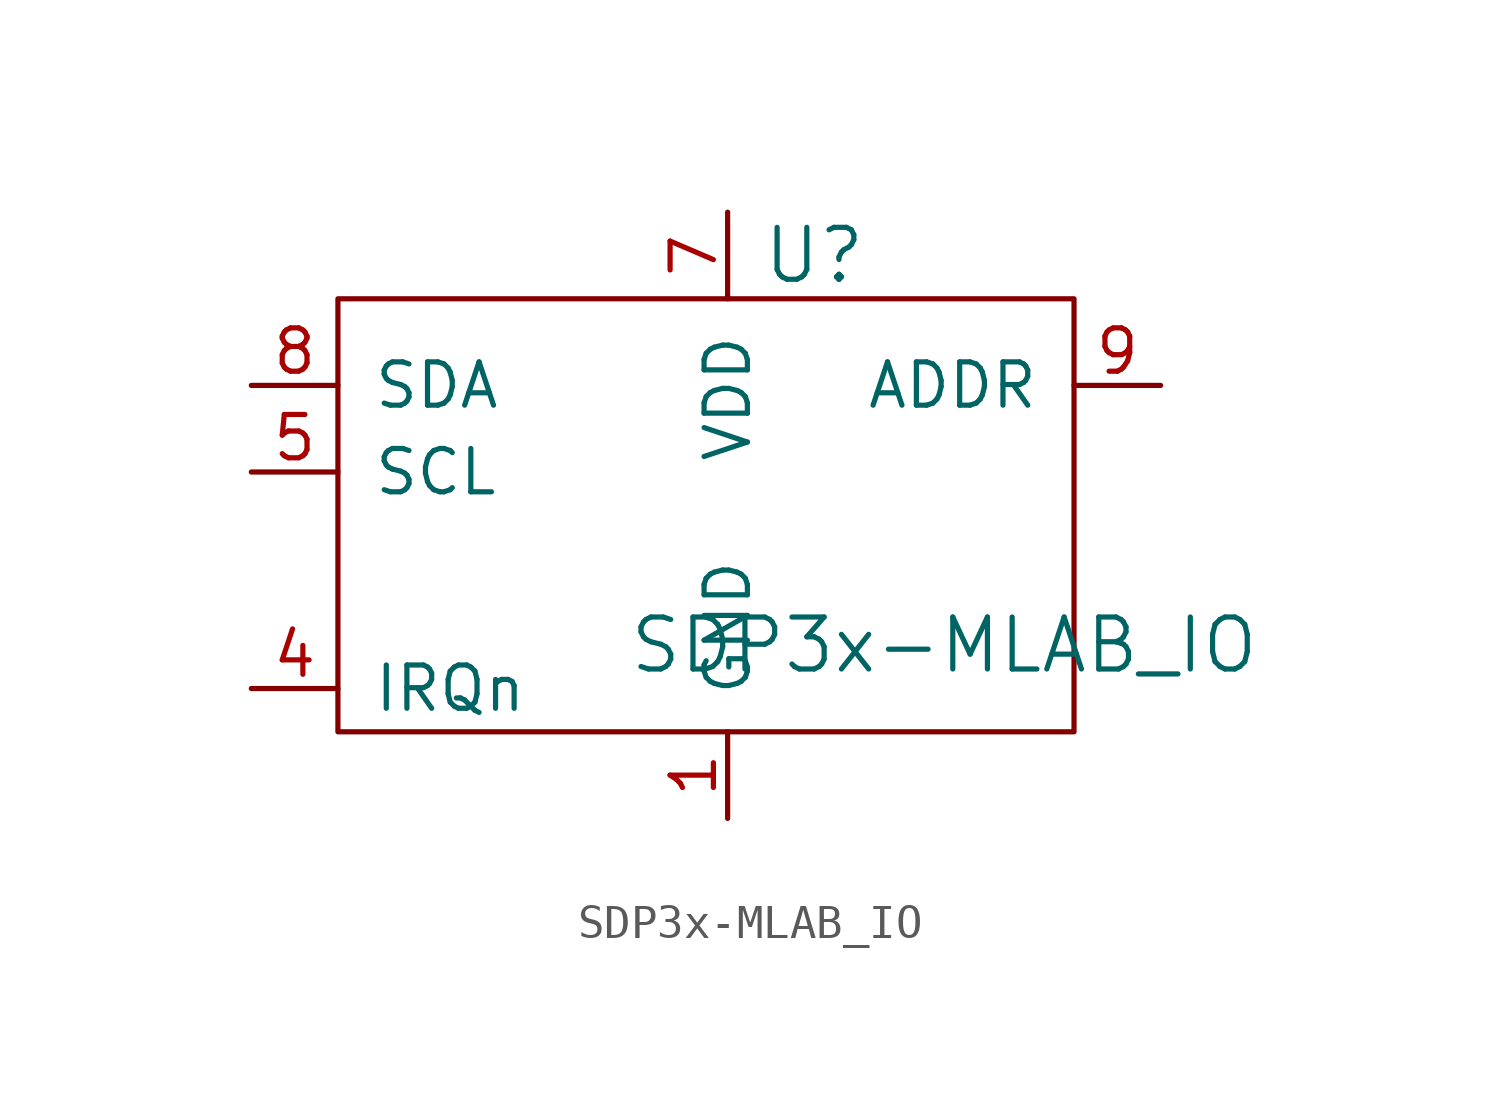
<source format=kicad_sym>
(kicad_symbol_lib
  (version 20231120)
  (generator "kicad_symbol_editor")
  (generator_version "8.0")
  (symbol "SDP3x-MLAB_IO"
    (pin_names
      (offset 1.016))
    (property "Reference" "U"
      (at 2.54 11.43 0)
      (effects (font (size 1.524 1.524))))
    (property "Value" "SDP3x-MLAB_IO"
      (at 6.35 0 0)
      (effects (font (size 1.524 1.524))))
    (symbol "SDP3x-MLAB_IO_0_1"
      (rectangle (start -11.43 10.16) (end 10.16 -2.54) (stroke (width 0) (type solid)) (fill (type none))))
    (symbol "SDP3x-MLAB_IO_1_1"
      (pin unspecified line (at 0 -5.08 90) (length 2.54) (name "GND" (effects (font (size 1.27 1.27)))) (number "1" (effects (font (size 1.27 1.27)))))
      (pin unspecified line (at 0 -5.08 90) (length 2.54) hide (name "GND" (effects (font (size 1.27 1.27)))) (number "10" (effects (font (size 1.27 1.27)))))
      (pin unspecified line (at 0 -5.08 90) (length 2.54) hide (name "GND" (effects (font (size 1.27 1.27)))) (number "11" (effects (font (size 1.27 1.27)))))
      (pin unspecified line (at 0 -5.08 90) (length 2.54) hide (name "GND" (effects (font (size 1.27 1.27)))) (number "17" (effects (font (size 1.27 1.27)))))
      (pin unspecified line (at 0 -5.08 90) (length 2.54) hide (name "GND" (effects (font (size 1.27 1.27)))) (number "18" (effects (font (size 1.27 1.27)))))
      (pin unspecified line (at 0 -5.08 90) (length 2.54) hide (name "GND" (effects (font (size 1.27 1.27)))) (number "2" (effects (font (size 1.27 1.27)))))
      (pin unspecified line (at 0 -5.08 90) (length 2.54) hide (name "GND" (effects (font (size 1.27 1.27)))) (number "3" (effects (font (size 1.27 1.27)))))
      (pin unspecified line (at -13.97 -1.27 0) (length 2.54) (name "IRQn" (effects (font (size 1.27 1.27)))) (number "4" (effects (font (size 1.27 1.27)))))
      (pin unspecified line (at -13.97 5.08 0) (length 2.54) (name "SCL" (effects (font (size 1.27 1.27)))) (number "5" (effects (font (size 1.27 1.27)))))
      (pin unspecified line (at 0 -5.08 90) (length 2.54) hide (name "GND" (effects (font (size 1.27 1.27)))) (number "6" (effects (font (size 1.27 1.27)))))
      (pin unspecified line (at 0 12.7 270) (length 2.54) (name "VDD" (effects (font (size 1.27 1.27)))) (number "7" (effects (font (size 1.27 1.27)))))
      (pin unspecified line (at -13.97 7.62 0) (length 2.54) (name "SDA" (effects (font (size 1.27 1.27)))) (number "8" (effects (font (size 1.27 1.27)))))
      (pin unspecified line (at 12.7 7.62 180) (length 2.54) (name "ADDR" (effects (font (size 1.27 1.27)))) (number "9" (effects (font (size 1.27 1.27))))))))
</source>
